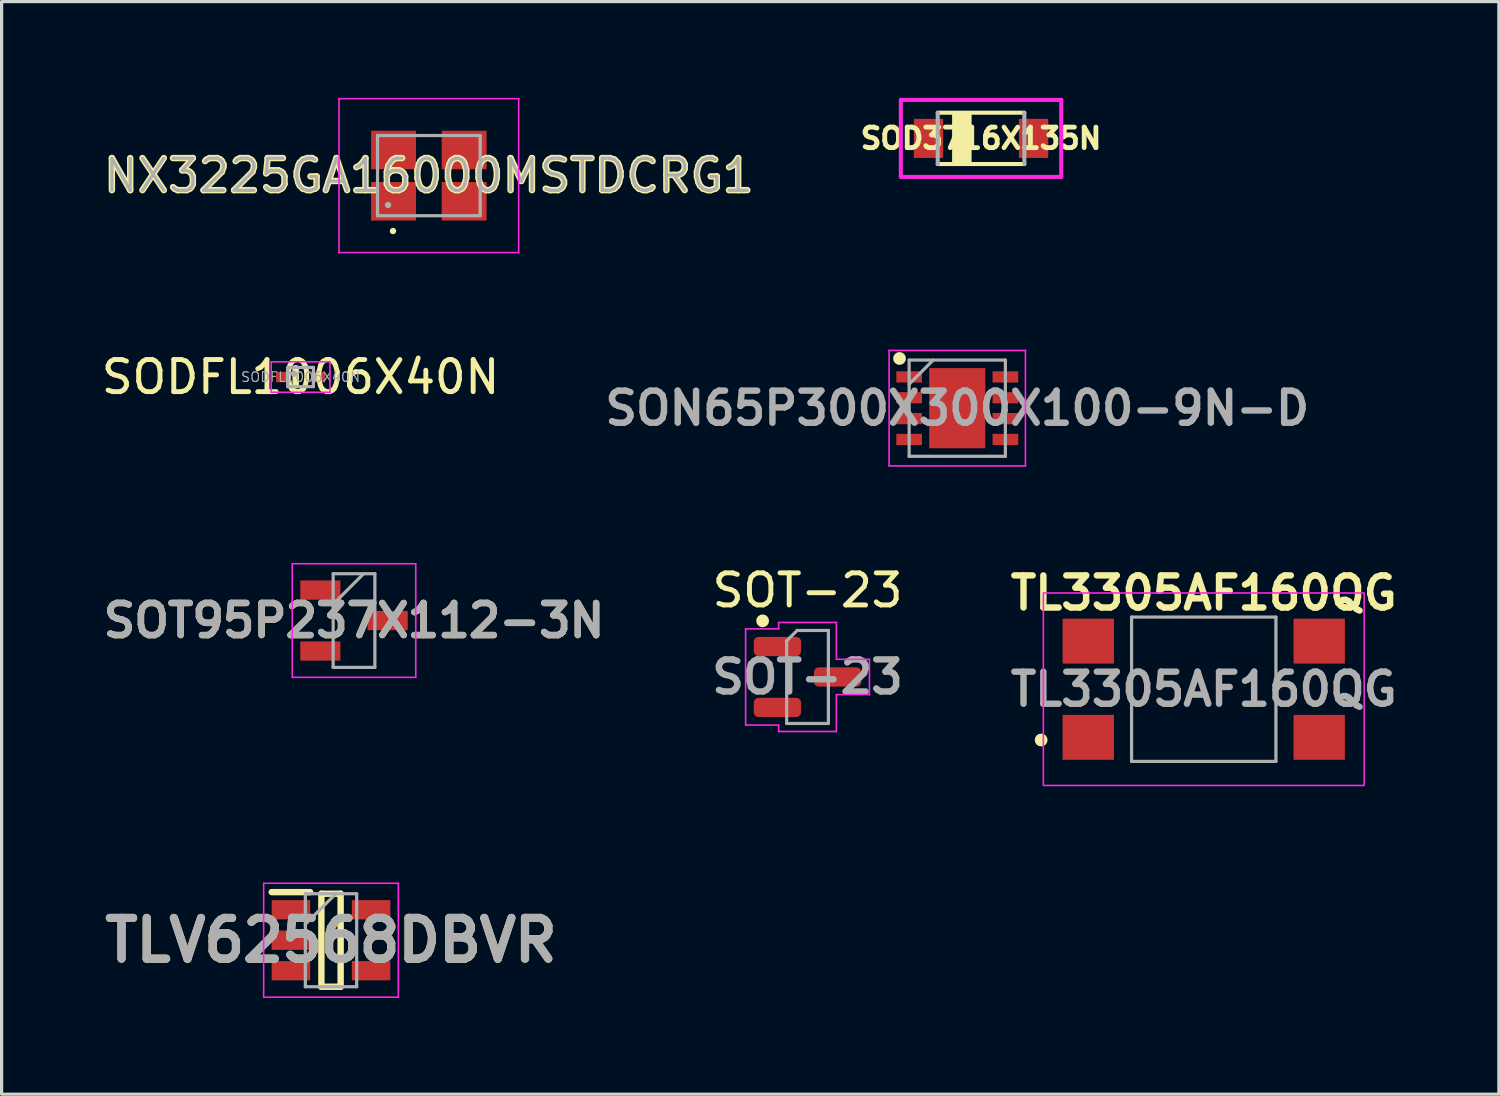
<source format=kicad_pcb>
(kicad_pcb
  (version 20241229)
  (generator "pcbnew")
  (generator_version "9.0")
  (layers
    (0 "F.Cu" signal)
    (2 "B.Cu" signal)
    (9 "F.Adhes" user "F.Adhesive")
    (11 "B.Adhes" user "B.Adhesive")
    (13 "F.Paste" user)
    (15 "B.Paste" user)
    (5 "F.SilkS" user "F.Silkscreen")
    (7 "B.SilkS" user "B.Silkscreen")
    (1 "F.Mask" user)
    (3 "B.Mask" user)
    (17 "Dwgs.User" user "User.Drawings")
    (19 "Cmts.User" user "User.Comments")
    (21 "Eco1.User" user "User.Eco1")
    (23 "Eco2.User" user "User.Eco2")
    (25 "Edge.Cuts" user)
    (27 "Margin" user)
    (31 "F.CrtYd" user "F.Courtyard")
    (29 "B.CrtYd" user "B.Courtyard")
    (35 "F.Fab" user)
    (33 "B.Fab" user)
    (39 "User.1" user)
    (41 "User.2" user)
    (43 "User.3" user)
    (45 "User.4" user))
  (footprint "SOT-23"
    (layer "F.Cu")
    (at 22.124 18.054)
    (property "Reference" "SOT-23" (at 0 -2.7 0) (layer "F.SilkS") (effects (font (size 1 1) (thickness 0.153))))
    (attr smd)
    (fp_circle (center -1.4 -1.75) (end -1.3 -1.75) (stroke (width 0.2) (type solid)) (fill no) (layer "F.SilkS"))
    (fp_line (start -1.93 -1.5) (end -0.9 -1.5) (stroke (width 0.05) (type solid)) (layer "F.CrtYd"))
    (fp_line (start -1.93 1.5) (end -1.93 -1.5) (stroke (width 0.05) (type solid)) (layer "F.CrtYd"))
    (fp_line (start -0.9 -1.7) (end 0.9 -1.7) (stroke (width 0.05) (type solid)) (layer "F.CrtYd"))
    (fp_line (start -0.9 -1.5) (end -0.9 -1.7) (stroke (width 0.05) (type solid)) (layer "F.CrtYd"))
    (fp_line (start -0.9 1.5) (end -1.93 1.5) (stroke (width 0.05) (type solid)) (layer "F.CrtYd"))
    (fp_line (start -0.9 1.7) (end -0.9 1.5) (stroke (width 0.05) (type solid)) (layer "F.CrtYd"))
    (fp_line (start 0.9 -1.7) (end 0.9 -0.55) (stroke (width 0.05) (type solid)) (layer "F.CrtYd"))
    (fp_line (start 0.9 -0.55) (end 1.93 -0.55) (stroke (width 0.05) (type solid)) (layer "F.CrtYd"))
    (fp_line (start 0.9 0.55) (end 0.9 1.7) (stroke (width 0.05) (type solid)) (layer "F.CrtYd"))
    (fp_line (start 0.9 1.7) (end -0.9 1.7) (stroke (width 0.05) (type solid)) (layer "F.CrtYd"))
    (fp_line (start 1.93 -0.55) (end 1.93 0.55) (stroke (width 0.05) (type solid)) (layer "F.CrtYd"))
    (fp_line (start 1.93 0.55) (end 0.9 0.55) (stroke (width 0.05) (type solid)) (layer "F.CrtYd"))
    (fp_line (start -0.65 -1.125) (end -0.325 -1.45) (stroke (width 0.1) (type solid)) (layer "F.Fab"))
    (fp_line (start -0.65 1.45) (end -0.65 -1.125) (stroke (width 0.1) (type solid)) (layer "F.Fab"))
    (fp_line (start -0.325 -1.45) (end 0.65 -1.45) (stroke (width 0.1) (type solid)) (layer "F.Fab"))
    (fp_line (start 0.65 -1.45) (end 0.65 1.45) (stroke (width 0.1) (type solid)) (layer "F.Fab"))
    (fp_line (start 0.65 1.45) (end -0.65 1.45) (stroke (width 0.1) (type solid)) (layer "F.Fab"))
    (fp_text user "${REFERENCE}" (at 0 0 0) (layer "F.Fab") (effects (font (size 1 1) (thickness 0.2))))
    (pad "1" smd roundrect (at -0.938 -0.95) (size 1.475 0.6) (layers "F.Cu" "F.Mask" "F.Paste") (roundrect_rratio 0.25))
    (pad "2" smd roundrect (at -0.938 0.95) (size 1.475 0.6) (layers "F.Cu" "F.Mask" "F.Paste") (roundrect_rratio 0.25))
    (pad "3" smd roundrect (at 0.938 0) (size 1.475 0.6) (layers "F.Cu" "F.Mask" "F.Paste") (roundrect_rratio 0.25)))
  (footprint "NX3225GA16000MSTDCRG1"
    (layer "F.Cu")
    (at 10.319 2.425)
    (property "Reference" "NX3225GA16000MSTDCRG1" (at 0 0 0) (layer "F.SilkS") (effects (font (size 1 1) (thickness 0.2))))
    (attr smd)
    (fp_arc (start -1.0676 1.7272) (mid -1.1676 1.7272) (end -1.0676 1.7272) (stroke (width 0.1) (type solid)) (layer "F.SilkS"))
    (fp_line (start -2.8 -2.4) (end 2.8 -2.4) (stroke (width 0.05) (type solid)) (layer "F.CrtYd"))
    (fp_line (start -2.8 2.4) (end -2.8 -2.4) (stroke (width 0.05) (type solid)) (layer "F.CrtYd"))
    (fp_line (start 2.8 -2.4) (end 2.8 2.4) (stroke (width 0.05) (type solid)) (layer "F.CrtYd"))
    (fp_line (start 2.8 2.4) (end -2.8 2.4) (stroke (width 0.05) (type solid)) (layer "F.CrtYd"))
    (fp_line (start -1.6 -1.25) (end 1.6 -1.25) (stroke (width 0.1) (type solid)) (layer "F.Fab"))
    (fp_line (start -1.6 1.25) (end -1.6 -1.25) (stroke (width 0.1) (type solid)) (layer "F.Fab"))
    (fp_line (start 1.6 -1.25) (end 1.6 1.25) (stroke (width 0.1) (type solid)) (layer "F.Fab"))
    (fp_line (start 1.6 1.25) (end -1.6 1.25) (stroke (width 0.1) (type solid)) (layer "F.Fab"))
    (fp_arc (start -1.22 0.9144) (mid -1.32 0.9144) (end -1.22 0.9144) (stroke (width 0.1) (type solid)) (layer "F.Fab"))
    (fp_text user "${REFERENCE}" (at 0 0 0) (layer "F.Fab") (effects (font (size 1 1) (thickness 0.1))))
    (pad "1" smd rect (at -1.1 0.8 90) (size 1.2 1.4) (layers "F.Cu" "F.Mask" "F.Paste"))
    (pad "2" smd rect (at 1.1 0.8 90) (size 1.2 1.4) (layers "F.Cu" "F.Mask" "F.Paste"))
    (pad "3" smd rect (at 1.1 -0.8 90) (size 1.2 1.4) (layers "F.Cu" "F.Mask" "F.Paste"))
    (pad "4" smd rect (at -1.1 -0.8 90) (size 1.2 1.4) (layers "F.Cu" "F.Mask" "F.Paste")))
  (footprint "TL3305AF160QG"
    (layer "F.Cu")
    (at 34.476 18.436)
    (property "Reference" "TL3305AF160QG" (at 0 -3 0) (layer "F.SilkS") (effects (font (size 1 1) (thickness 0.2) (bold yes))))
    (attr smd)
    (fp_circle (center -5.069 1.583) (end -4.969 1.583) (stroke (width 0.2) (type solid)) (fill no) (layer "F.SilkS"))
    (fp_rect (start -5 -3) (end 5 3) (stroke (width 0.05) (type default)) (fill no) (layer "F.CrtYd"))
    (fp_line (start -2.25 -2.25) (end 2.25 -2.25) (stroke (width 0.1) (type solid)) (layer "F.Fab"))
    (fp_line (start -2.25 2.25) (end -2.25 -2.25) (stroke (width 0.1) (type solid)) (layer "F.Fab"))
    (fp_line (start 2.25 -2.25) (end 2.25 2.25) (stroke (width 0.1) (type solid)) (layer "F.Fab"))
    (fp_line (start 2.25 2.25) (end -2.25 2.25) (stroke (width 0.1) (type solid)) (layer "F.Fab"))
    (fp_text user "${REFERENCE}" (at 0 0 0) (layer "F.Fab") (effects (font (size 1 1) (thickness 0.2) (bold yes))))
    (pad "1" smd rect (at -3.6 1.5 90) (size 1.4 1.6) (layers "F.Cu" "F.Mask" "F.Paste"))
    (pad "2" smd rect (at 3.6 1.5 90) (size 1.4 1.6) (layers "F.Cu" "F.Mask" "F.Paste"))
    (pad "3" smd rect (at -3.6 -1.5 90) (size 1.4 1.6) (layers "F.Cu" "F.Mask" "F.Paste"))
    (pad "4" smd rect (at 3.6 -1.5 90) (size 1.4 1.6) (layers "F.Cu" "F.Mask" "F.Paste")))
  (footprint "SODFL1006X40N"
    (layer "F.Cu")
    (at 6.32 8.704)
    (property "Reference" "SODFL1006X40N" (at 0 0 0) (layer "F.SilkS") (effects (font (size 1 1) (thickness 0.153))))
    (attr smd)
    (fp_line (start -0.152 -0.277) (end -0.152 0.254) (stroke (width 0.2) (type solid)) (layer "F.SilkS"))
    (fp_line (start -0.915 -0.475) (end 0.915 -0.475) (stroke (width 0.05) (type solid)) (layer "F.CrtYd"))
    (fp_line (start -0.915 0.475) (end -0.915 -0.475) (stroke (width 0.05) (type solid)) (layer "F.CrtYd"))
    (fp_line (start 0.915 -0.475) (end 0.915 0.475) (stroke (width 0.05) (type solid)) (layer "F.CrtYd"))
    (fp_line (start 0.915 0.475) (end -0.915 0.475) (stroke (width 0.05) (type solid)) (layer "F.CrtYd"))
    (fp_line (start -0.4 -0.3) (end 0.4 -0.3) (stroke (width 0.1) (type solid)) (layer "F.Fab"))
    (fp_line (start -0.4 0.3) (end -0.4 -0.3) (stroke (width 0.1) (type solid)) (layer "F.Fab"))
    (fp_line (start 0.4 -0.3) (end 0.4 0.3) (stroke (width 0.1) (type solid)) (layer "F.Fab"))
    (fp_line (start 0.4 0.3) (end -0.4 0.3) (stroke (width 0.1) (type solid)) (layer "F.Fab"))
    (fp_arc (start -0.1532 -0.1016) (mid -0.2532 -0.1016) (end -0.1532 -0.1016) (stroke (width 0.1) (type solid)) (layer "F.Fab"))
    (fp_text user "${REFERENCE}" (at 0 0 0) (layer "F.Fab") (effects (font (size 0.3 0.3) (thickness 0.037))))
    (pad "1" smd rect (at -0.55 0 90) (size 0.32 0.43) (layers "F.Cu" "F.Mask" "F.Paste"))
    (pad "2" smd rect (at 0.55 0 90) (size 0.32 0.43) (layers "F.Cu" "F.Mask" "F.Paste")))
  (footprint "SOT95P237X112-3N"
    (layer "F.Cu")
    (at 7.986 16.295)
    (property "Reference" "SOT95P237X112-3N" (at 0 0 0) (layer "F.SilkS") (effects (font (size 1 1) (thickness 0.2) (bold yes))))
    (attr smd)
    (fp_line (start -1.925 -1.77) (end 1.925 -1.77) (stroke (width 0.05) (type solid)) (layer "F.CrtYd"))
    (fp_line (start -1.925 1.77) (end -1.925 -1.77) (stroke (width 0.05) (type solid)) (layer "F.CrtYd"))
    (fp_line (start 1.925 -1.77) (end 1.925 1.77) (stroke (width 0.05) (type solid)) (layer "F.CrtYd"))
    (fp_line (start 1.925 1.77) (end -1.925 1.77) (stroke (width 0.05) (type solid)) (layer "F.CrtYd"))
    (fp_line (start -0.65 -1.46) (end 0.65 -1.46) (stroke (width 0.1) (type solid)) (layer "F.Fab"))
    (fp_line (start -0.65 -0.51) (end 0.3 -1.46) (stroke (width 0.1) (type solid)) (layer "F.Fab"))
    (fp_line (start -0.65 1.46) (end -0.65 -1.46) (stroke (width 0.1) (type solid)) (layer "F.Fab"))
    (fp_line (start 0.65 -1.46) (end 0.65 1.46) (stroke (width 0.1) (type solid)) (layer "F.Fab"))
    (fp_line (start 0.65 1.46) (end -0.65 1.46) (stroke (width 0.1) (type solid)) (layer "F.Fab"))
    (fp_text user "${REFERENCE}" (at 0 0 0) (layer "F.Fab") (effects (font (size 1 1) (thickness 0.2) (bold yes))))
    (pad "1" smd rect (at -1.05 -0.95 90) (size 0.6 1.25) (layers "F.Cu" "F.Mask" "F.Paste"))
    (pad "2" smd rect (at -1.05 0.95 90) (size 0.6 1.25) (layers "F.Cu" "F.Mask" "F.Paste"))
    (pad "3" smd rect (at 1.05 0 90) (size 0.6 1.25) (layers "F.Cu" "F.Mask" "F.Paste")))
  (footprint "SON65P300X300X100-9N-D"
    (layer "F.Cu")
    (at 26.792 9.675)
    (property "Reference" "SON65P300X300X100-9N-D" (at 0 0 0) (layer "F.SilkS") (effects (font (size 1 1) (thickness 0.153))))
    (attr smd)
    (fp_circle (center -1.8 -1.55) (end -1.7 -1.55) (stroke (width 0.2) (type solid)) (fill no) (layer "F.SilkS"))
    (fp_line (start -2.125 -1.8) (end 2.125 -1.8) (stroke (width 0.05) (type solid)) (layer "F.CrtYd"))
    (fp_line (start -2.125 1.8) (end -2.125 -1.8) (stroke (width 0.05) (type solid)) (layer "F.CrtYd"))
    (fp_line (start 2.125 -1.8) (end 2.125 1.8) (stroke (width 0.05) (type solid)) (layer "F.CrtYd"))
    (fp_line (start 2.125 1.8) (end -2.125 1.8) (stroke (width 0.05) (type solid)) (layer "F.CrtYd"))
    (fp_line (start -1.5 -1.5) (end 1.5 -1.5) (stroke (width 0.1) (type solid)) (layer "F.Fab"))
    (fp_line (start -1.5 -0.75) (end -0.75 -1.5) (stroke (width 0.1) (type solid)) (layer "F.Fab"))
    (fp_line (start -1.5 1.5) (end -1.5 -1.5) (stroke (width 0.1) (type solid)) (layer "F.Fab"))
    (fp_line (start 1.5 -1.5) (end 1.5 1.5) (stroke (width 0.1) (type solid)) (layer "F.Fab"))
    (fp_line (start 1.5 1.5) (end -1.5 1.5) (stroke (width 0.1) (type solid)) (layer "F.Fab"))
    (fp_text user "${REFERENCE}" (at 0 0 0) (layer "F.Fab") (effects (font (size 1 1) (thickness 0.2))))
    (pad "1" smd rect (at -1.5 -0.975 90) (size 0.35 0.8) (layers "F.Cu" "F.Mask" "F.Paste"))
    (pad "2" smd rect (at -1.5 -0.325 90) (size 0.35 0.8) (layers "F.Cu" "F.Mask" "F.Paste"))
    (pad "3" smd rect (at -1.5 0.325 90) (size 0.35 0.8) (layers "F.Cu" "F.Mask" "F.Paste"))
    (pad "4" smd rect (at -1.5 0.975 90) (size 0.35 0.8) (layers "F.Cu" "F.Mask" "F.Paste"))
    (pad "5" smd rect (at 1.5 0.975 90) (size 0.35 0.8) (layers "F.Cu" "F.Mask" "F.Paste"))
    (pad "6" smd rect (at 1.5 0.325 90) (size 0.35 0.8) (layers "F.Cu" "F.Mask" "F.Paste"))
    (pad "7" smd rect (at 1.5 -0.325 90) (size 0.35 0.8) (layers "F.Cu" "F.Mask" "F.Paste"))
    (pad "8" smd rect (at 1.5 -0.975 90) (size 0.35 0.8) (layers "F.Cu" "F.Mask" "F.Paste"))
    (pad "9" smd rect (at 0 0) (size 1.75 2.5) (layers "F.Cu" "F.Mask" "F.Paste")))
  (footprint "TLV62568DBVR"
    (layer "F.Cu")
    (at 7.269 26.261)
    (property "Reference" "TLV62568DBVR" (at 0 0 0) (layer "F.SilkS") (effects (font (size 1.27 1.27) (thickness 0.254))))
    (attr smd)
    (fp_line (start -1.85 -1.5) (end -0.65 -1.5) (stroke (width 0.2) (type solid)) (layer "F.SilkS"))
    (fp_line (start -0.3 -1.45) (end 0.3 -1.45) (stroke (width 0.2) (type solid)) (layer "F.SilkS"))
    (fp_line (start -0.3 1.45) (end -0.3 -1.45) (stroke (width 0.2) (type solid)) (layer "F.SilkS"))
    (fp_line (start 0.3 -1.45) (end 0.3 1.45) (stroke (width 0.2) (type solid)) (layer "F.SilkS"))
    (fp_line (start 0.3 1.45) (end -0.3 1.45) (stroke (width 0.2) (type solid)) (layer "F.SilkS"))
    (fp_line (start -2.1 -1.775) (end 2.1 -1.775) (stroke (width 0.05) (type solid)) (layer "F.CrtYd"))
    (fp_line (start -2.1 1.775) (end -2.1 -1.775) (stroke (width 0.05) (type solid)) (layer "F.CrtYd"))
    (fp_line (start 2.1 -1.775) (end 2.1 1.775) (stroke (width 0.05) (type solid)) (layer "F.CrtYd"))
    (fp_line (start 2.1 1.775) (end -2.1 1.775) (stroke (width 0.05) (type solid)) (layer "F.CrtYd"))
    (fp_line (start -0.8 -1.45) (end 0.8 -1.45) (stroke (width 0.1) (type solid)) (layer "F.Fab"))
    (fp_line (start -0.8 -0.5) (end 0.15 -1.45) (stroke (width 0.1) (type solid)) (layer "F.Fab"))
    (fp_line (start -0.8 1.45) (end -0.8 -1.45) (stroke (width 0.1) (type solid)) (layer "F.Fab"))
    (fp_line (start 0.8 -1.45) (end 0.8 1.45) (stroke (width 0.1) (type solid)) (layer "F.Fab"))
    (fp_line (start 0.8 1.45) (end -0.8 1.45) (stroke (width 0.1) (type solid)) (layer "F.Fab"))
    (fp_text user "${REFERENCE}" (at 0 0 0) (layer "F.Fab") (effects (font (size 1.27 1.27) (thickness 0.254))))
    (pad "1" smd rect (at -1.25 -0.95 90) (size 0.6 1.2) (layers "F.Cu" "F.Mask" "F.Paste"))
    (pad "2" smd rect (at -1.25 0 90) (size 0.6 1.2) (layers "F.Cu" "F.Mask" "F.Paste"))
    (pad "3" smd rect (at -1.25 0.95 90) (size 0.6 1.2) (layers "F.Cu" "F.Mask" "F.Paste"))
    (pad "4" smd rect (at 1.25 0.95 90) (size 0.6 1.2) (layers "F.Cu" "F.Mask" "F.Paste"))
    (pad "5" smd rect (at 1.25 -0.95 90) (size 0.6 1.2) (layers "F.Cu" "F.Mask" "F.Paste")))
  (footprint "SOD3716X135N"
    (layer "F.Cu")
    (at 27.533 1.264)
    (property "Reference" "SOD3716X135N" (at 0 0 0) (layer "F.SilkS") (effects (font (size 0.64 0.64) (thickness 0.15))))
    (attr smd)
    (fp_line (start -1.35 -0.8) (end 1.35 -0.8) (stroke (width 0.127) (type solid)) (layer "F.SilkS"))
    (fp_line (start 1.35 0.8) (end -1.35 0.8) (stroke (width 0.127) (type solid)) (layer "F.SilkS"))
    (fp_poly (pts (xy -0.901 -0.8) (xy -0.3 -0.8) (xy -0.3 0.801) (xy -0.901 0.801)) (stroke (width 0.01) (type solid)) (fill yes) (layer "F.SilkS"))
    (fp_line (start -2.5 -1.2) (end -2.5 1.2) (stroke (width 0.127) (type solid)) (layer "F.CrtYd"))
    (fp_line (start -2.5 1.2) (end 2.5 1.2) (stroke (width 0.127) (type solid)) (layer "F.CrtYd"))
    (fp_line (start 2.5 -1.2) (end -2.5 -1.2) (stroke (width 0.127) (type solid)) (layer "F.CrtYd"))
    (fp_line (start 2.5 1.2) (end 2.5 -1.2) (stroke (width 0.127) (type solid)) (layer "F.CrtYd"))
    (fp_line (start -1.35 0.8) (end -1.35 -0.8) (stroke (width 0.127) (type solid)) (layer "F.Fab"))
    (fp_line (start 1.35 -0.8) (end 1.35 0.8) (stroke (width 0.127) (type solid)) (layer "F.Fab"))
    (pad "1" smd rect (at 1.638 0) (size 0.914 1.219) (layers "F.Cu" "F.Mask" "F.Paste"))
    (pad "2" smd rect (at -1.638 0) (size 0.914 1.219) (layers "F.Cu" "F.Mask" "F.Paste")))
  (gr_rect
    (start -3 -3)
    (end 43.676 31.061)
    (stroke (width 0.1) (type default))
    (fill no)
    (layer "Edge.Cuts")))
</source>
